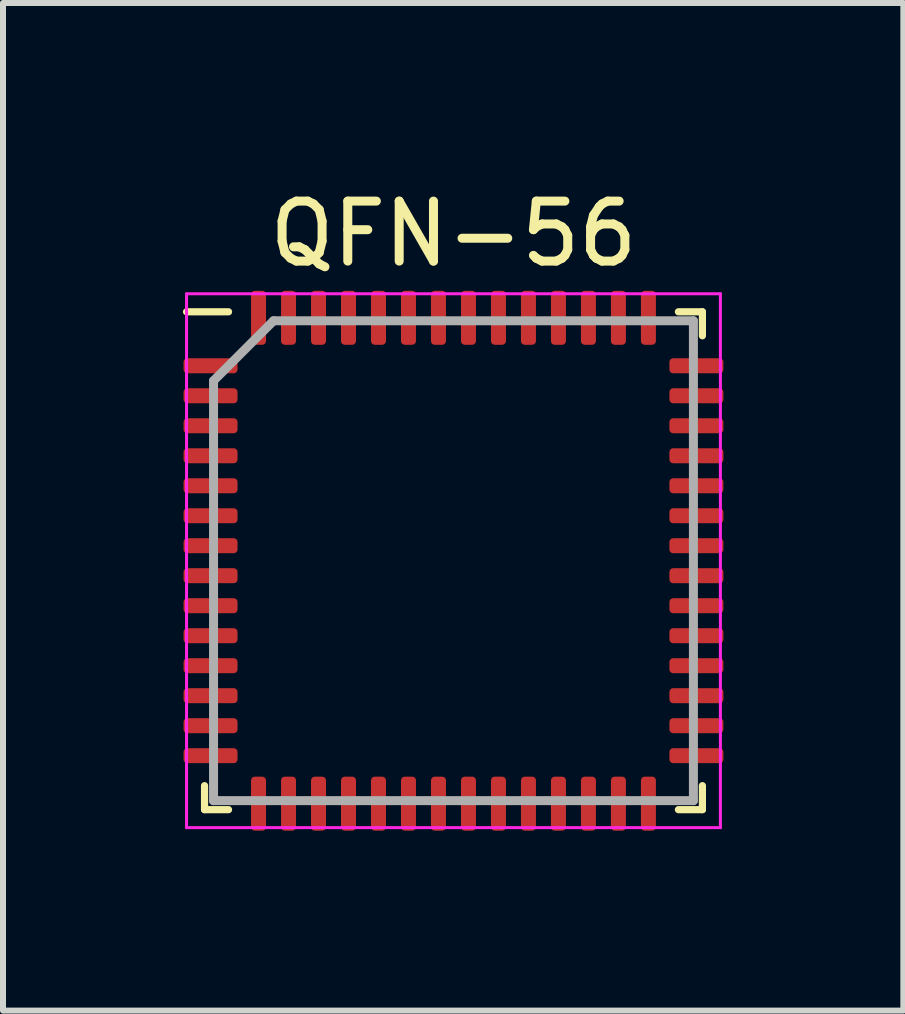
<source format=kicad_pcb>
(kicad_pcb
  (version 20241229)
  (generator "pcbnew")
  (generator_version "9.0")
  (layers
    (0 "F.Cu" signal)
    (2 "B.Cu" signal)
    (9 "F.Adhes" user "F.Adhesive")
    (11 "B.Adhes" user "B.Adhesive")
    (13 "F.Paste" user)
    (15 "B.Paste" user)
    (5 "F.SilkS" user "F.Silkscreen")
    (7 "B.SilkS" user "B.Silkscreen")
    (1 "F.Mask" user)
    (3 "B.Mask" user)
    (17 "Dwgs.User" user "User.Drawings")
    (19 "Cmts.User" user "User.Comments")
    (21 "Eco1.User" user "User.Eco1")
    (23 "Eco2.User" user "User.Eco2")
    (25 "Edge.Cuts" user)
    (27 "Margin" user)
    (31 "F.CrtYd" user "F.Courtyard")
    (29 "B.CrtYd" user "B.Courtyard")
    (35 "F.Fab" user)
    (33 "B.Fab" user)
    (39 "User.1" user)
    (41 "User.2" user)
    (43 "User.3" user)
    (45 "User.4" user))
  (footprint "QFN-56"
    (layer "F.Cu")
    (at 4.51 6.298)
    (property "Reference" "QFN-56" (at 0 -5.45 0) (layer "F.SilkS") (effects (font (size 1 1) (thickness 0.15))))
    (attr smd)
    (fp_line (start -4.15 4.15) (end -4.15 3.75) (stroke (width 0.12) (type default)) (layer "F.SilkS"))
    (fp_line (start -3.75 -4.15) (end -4.45 -4.15) (stroke (width 0.12) (type default)) (layer "F.SilkS"))
    (fp_line (start -3.75 4.15) (end -4.15 4.15) (stroke (width 0.12) (type default)) (layer "F.SilkS"))
    (fp_line (start 3.75 -4.15) (end 4.15 -4.15) (stroke (width 0.12) (type default)) (layer "F.SilkS"))
    (fp_line (start 3.75 4.15) (end 4.15 4.15) (stroke (width 0.12) (type default)) (layer "F.SilkS"))
    (fp_line (start 4.15 -4.15) (end 4.15 -3.75) (stroke (width 0.12) (type default)) (layer "F.SilkS"))
    (fp_line (start 4.15 4.15) (end 4.15 3.75) (stroke (width 0.12) (type default)) (layer "F.SilkS"))
    (fp_line (start -4.45 -4.45) (end 4.45 -4.45) (stroke (width 0.05) (type default)) (layer "F.CrtYd"))
    (fp_line (start -4.45 4.45) (end -4.45 -4.45) (stroke (width 0.05) (type default)) (layer "F.CrtYd"))
    (fp_line (start 4.45 -4.45) (end 4.45 4.45) (stroke (width 0.05) (type default)) (layer "F.CrtYd"))
    (fp_line (start 4.45 4.45) (end -4.45 4.45) (stroke (width 0.05) (type default)) (layer "F.CrtYd"))
    (fp_line (start -4 -3) (end -4 4) (stroke (width 0.15) (type default)) (layer "F.Fab"))
    (fp_line (start -4 4) (end 4 4) (stroke (width 0.15) (type default)) (layer "F.Fab"))
    (fp_line (start -3 -4) (end -4 -3) (stroke (width 0.15) (type default)) (layer "F.Fab"))
    (fp_line (start 4 -4) (end -3 -4) (stroke (width 0.15) (type default)) (layer "F.Fab"))
    (fp_line (start 4 4) (end 4 -4) (stroke (width 0.15) (type default)) (layer "F.Fab"))
    (pad "1" smd roundrect (at -4.05 -3.25 90) (size 0.25 0.9) (layers "F.Cu" "F.Mask" "F.Paste") (roundrect_rratio 0.25))
    (pad "2" smd roundrect (at -4.05 -2.75 90) (size 0.25 0.9) (layers "F.Cu" "F.Mask" "F.Paste") (roundrect_rratio 0.25))
    (pad "3" smd roundrect (at -4.05 -2.25 90) (size 0.25 0.9) (layers "F.Cu" "F.Mask" "F.Paste") (roundrect_rratio 0.25))
    (pad "4" smd roundrect (at -4.05 -1.75 90) (size 0.25 0.9) (layers "F.Cu" "F.Mask" "F.Paste") (roundrect_rratio 0.25))
    (pad "5" smd roundrect (at -4.05 -1.25 90) (size 0.25 0.9) (layers "F.Cu" "F.Mask" "F.Paste") (roundrect_rratio 0.25))
    (pad "6" smd roundrect (at -4.05 -0.75 90) (size 0.25 0.9) (layers "F.Cu" "F.Mask" "F.Paste") (roundrect_rratio 0.25))
    (pad "7" smd roundrect (at -4.05 -0.25 90) (size 0.25 0.9) (layers "F.Cu" "F.Mask" "F.Paste") (roundrect_rratio 0.25))
    (pad "8" smd roundrect (at -4.05 0.25 90) (size 0.25 0.9) (layers "F.Cu" "F.Mask" "F.Paste") (roundrect_rratio 0.25))
    (pad "9" smd roundrect (at -4.05 0.75 90) (size 0.25 0.9) (layers "F.Cu" "F.Mask" "F.Paste") (roundrect_rratio 0.25))
    (pad "10" smd roundrect (at -4.05 1.25 90) (size 0.25 0.9) (layers "F.Cu" "F.Mask" "F.Paste") (roundrect_rratio 0.25))
    (pad "11" smd roundrect (at -4.05 1.75 90) (size 0.25 0.9) (layers "F.Cu" "F.Mask" "F.Paste") (roundrect_rratio 0.25))
    (pad "12" smd roundrect (at -4.05 2.25 90) (size 0.25 0.9) (layers "F.Cu" "F.Mask" "F.Paste") (roundrect_rratio 0.25))
    (pad "13" smd roundrect (at -4.05 2.75 90) (size 0.25 0.9) (layers "F.Cu" "F.Mask" "F.Paste") (roundrect_rratio 0.25))
    (pad "14" smd roundrect (at -4.05 3.25 90) (size 0.25 0.9) (layers "F.Cu" "F.Mask" "F.Paste") (roundrect_rratio 0.25))
    (pad "15" smd roundrect (at -3.25 4.05) (size 0.25 0.9) (layers "F.Cu" "F.Mask" "F.Paste") (roundrect_rratio 0.25))
    (pad "16" smd roundrect (at -2.75 4.05) (size 0.25 0.9) (layers "F.Cu" "F.Mask" "F.Paste") (roundrect_rratio 0.25))
    (pad "17" smd roundrect (at -2.25 4.05) (size 0.25 0.9) (layers "F.Cu" "F.Mask" "F.Paste") (roundrect_rratio 0.25))
    (pad "18" smd roundrect (at -1.75 4.05) (size 0.25 0.9) (layers "F.Cu" "F.Mask" "F.Paste") (roundrect_rratio 0.25))
    (pad "19" smd roundrect (at -1.25 4.05) (size 0.25 0.9) (layers "F.Cu" "F.Mask" "F.Paste") (roundrect_rratio 0.25))
    (pad "20" smd roundrect (at -0.75 4.05) (size 0.25 0.9) (layers "F.Cu" "F.Mask" "F.Paste") (roundrect_rratio 0.25))
    (pad "21" smd roundrect (at -0.25 4.05) (size 0.25 0.9) (layers "F.Cu" "F.Mask" "F.Paste") (roundrect_rratio 0.25))
    (pad "22" smd roundrect (at 0.25 4.05) (size 0.25 0.9) (layers "F.Cu" "F.Mask" "F.Paste") (roundrect_rratio 0.25))
    (pad "23" smd roundrect (at 0.75 4.05) (size 0.25 0.9) (layers "F.Cu" "F.Mask" "F.Paste") (roundrect_rratio 0.25))
    (pad "24" smd roundrect (at 1.25 4.05) (size 0.25 0.9) (layers "F.Cu" "F.Mask" "F.Paste") (roundrect_rratio 0.25))
    (pad "25" smd roundrect (at 1.75 4.05) (size 0.25 0.9) (layers "F.Cu" "F.Mask" "F.Paste") (roundrect_rratio 0.25))
    (pad "26" smd roundrect (at 2.25 4.05) (size 0.25 0.9) (layers "F.Cu" "F.Mask" "F.Paste") (roundrect_rratio 0.25))
    (pad "27" smd roundrect (at 2.75 4.05) (size 0.25 0.9) (layers "F.Cu" "F.Mask" "F.Paste") (roundrect_rratio 0.25))
    (pad "28" smd roundrect (at 3.25 4.05) (size 0.25 0.9) (layers "F.Cu" "F.Mask" "F.Paste") (roundrect_rratio 0.25))
    (pad "29" smd roundrect (at 4.05 3.25 90) (size 0.25 0.9) (layers "F.Cu" "F.Mask" "F.Paste") (roundrect_rratio 0.25))
    (pad "30" smd roundrect (at 4.05 2.75 90) (size 0.25 0.9) (layers "F.Cu" "F.Mask" "F.Paste") (roundrect_rratio 0.25))
    (pad "31" smd roundrect (at 4.05 2.25 90) (size 0.25 0.9) (layers "F.Cu" "F.Mask" "F.Paste") (roundrect_rratio 0.25))
    (pad "32" smd roundrect (at 4.05 1.75 90) (size 0.25 0.9) (layers "F.Cu" "F.Mask" "F.Paste") (roundrect_rratio 0.25))
    (pad "33" smd roundrect (at 4.05 1.25 90) (size 0.25 0.9) (layers "F.Cu" "F.Mask" "F.Paste") (roundrect_rratio 0.25))
    (pad "34" smd roundrect (at 4.05 0.75 90) (size 0.25 0.9) (layers "F.Cu" "F.Mask" "F.Paste") (roundrect_rratio 0.25))
    (pad "35" smd roundrect (at 4.05 0.25 90) (size 0.25 0.9) (layers "F.Cu" "F.Mask" "F.Paste") (roundrect_rratio 0.25))
    (pad "36" smd roundrect (at 4.05 -0.25 90) (size 0.25 0.9) (layers "F.Cu" "F.Mask" "F.Paste") (roundrect_rratio 0.25))
    (pad "37" smd roundrect (at 4.05 -0.75 90) (size 0.25 0.9) (layers "F.Cu" "F.Mask" "F.Paste") (roundrect_rratio 0.25))
    (pad "38" smd roundrect (at 4.05 -1.25 90) (size 0.25 0.9) (layers "F.Cu" "F.Mask" "F.Paste") (roundrect_rratio 0.25))
    (pad "39" smd roundrect (at 4.05 -1.75 90) (size 0.25 0.9) (layers "F.Cu" "F.Mask" "F.Paste") (roundrect_rratio 0.25))
    (pad "40" smd roundrect (at 4.05 -2.25 90) (size 0.25 0.9) (layers "F.Cu" "F.Mask" "F.Paste") (roundrect_rratio 0.25))
    (pad "41" smd roundrect (at 4.05 -2.75 90) (size 0.25 0.9) (layers "F.Cu" "F.Mask" "F.Paste") (roundrect_rratio 0.25))
    (pad "42" smd roundrect (at 4.05 -3.25 90) (size 0.25 0.9) (layers "F.Cu" "F.Mask" "F.Paste") (roundrect_rratio 0.25))
    (pad "43" smd roundrect (at 3.25 -4.05) (size 0.25 0.9) (layers "F.Cu" "F.Mask" "F.Paste") (roundrect_rratio 0.25))
    (pad "44" smd roundrect (at 2.75 -4.05) (size 0.25 0.9) (layers "F.Cu" "F.Mask" "F.Paste") (roundrect_rratio 0.25))
    (pad "45" smd roundrect (at 2.25 -4.05) (size 0.25 0.9) (layers "F.Cu" "F.Mask" "F.Paste") (roundrect_rratio 0.25))
    (pad "46" smd roundrect (at 1.75 -4.05) (size 0.25 0.9) (layers "F.Cu" "F.Mask" "F.Paste") (roundrect_rratio 0.25))
    (pad "47" smd roundrect (at 1.25 -4.05) (size 0.25 0.9) (layers "F.Cu" "F.Mask" "F.Paste") (roundrect_rratio 0.25))
    (pad "48" smd roundrect (at 0.75 -4.05) (size 0.25 0.9) (layers "F.Cu" "F.Mask" "F.Paste") (roundrect_rratio 0.25))
    (pad "49" smd roundrect (at 0.25 -4.05) (size 0.25 0.9) (layers "F.Cu" "F.Mask" "F.Paste") (roundrect_rratio 0.25))
    (pad "50" smd roundrect (at -0.25 -4.05) (size 0.25 0.9) (layers "F.Cu" "F.Mask" "F.Paste") (roundrect_rratio 0.25))
    (pad "51" smd roundrect (at -0.75 -4.05) (size 0.25 0.9) (layers "F.Cu" "F.Mask" "F.Paste") (roundrect_rratio 0.25))
    (pad "52" smd roundrect (at -1.25 -4.05) (size 0.25 0.9) (layers "F.Cu" "F.Mask" "F.Paste") (roundrect_rratio 0.25))
    (pad "53" smd roundrect (at -1.75 -4.05) (size 0.25 0.9) (layers "F.Cu" "F.Mask" "F.Paste") (roundrect_rratio 0.25))
    (pad "54" smd roundrect (at -2.25 -4.05) (size 0.25 0.9) (layers "F.Cu" "F.Mask" "F.Paste") (roundrect_rratio 0.25))
    (pad "55" smd roundrect (at -2.75 -4.05) (size 0.25 0.9) (layers "F.Cu" "F.Mask" "F.Paste") (roundrect_rratio 0.25))
    (pad "56" smd roundrect (at -3.25 -4.05) (size 0.25 0.9) (layers "F.Cu" "F.Mask" "F.Paste") (roundrect_rratio 0.25)))
  (gr_rect
    (start -3 -3)
    (end 12.01 13.798)
    (stroke (width 0.1) (type default))
    (fill no)
    (layer "Edge.Cuts")))
</source>
